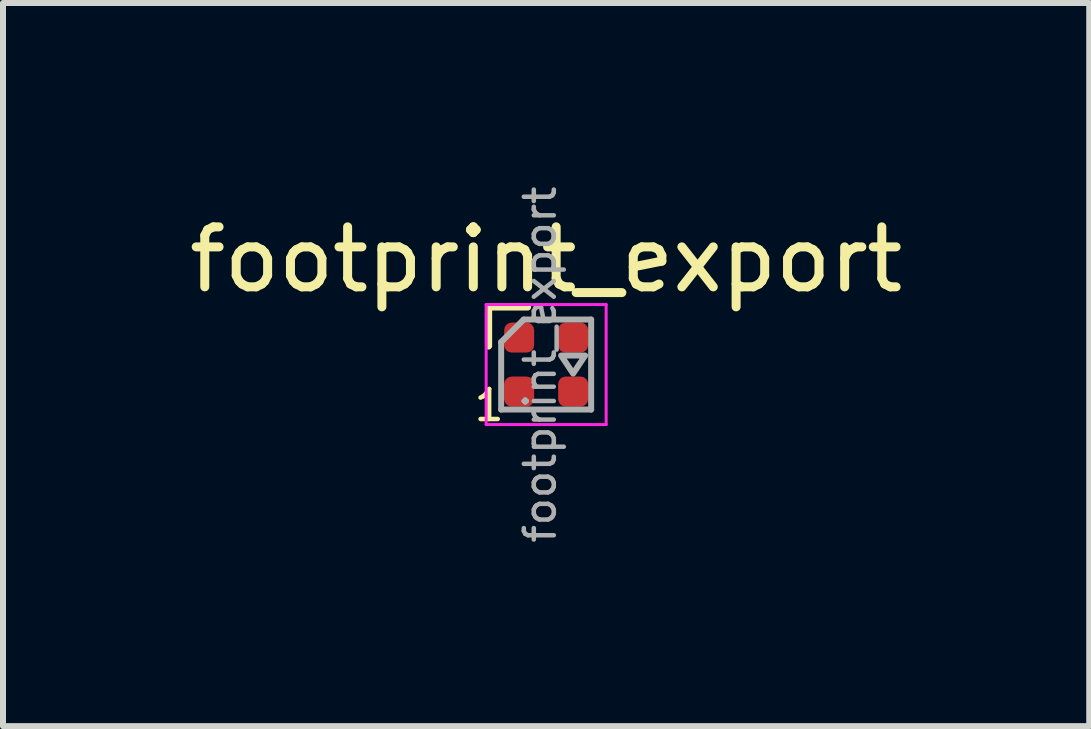
<source format=kicad_pcb>
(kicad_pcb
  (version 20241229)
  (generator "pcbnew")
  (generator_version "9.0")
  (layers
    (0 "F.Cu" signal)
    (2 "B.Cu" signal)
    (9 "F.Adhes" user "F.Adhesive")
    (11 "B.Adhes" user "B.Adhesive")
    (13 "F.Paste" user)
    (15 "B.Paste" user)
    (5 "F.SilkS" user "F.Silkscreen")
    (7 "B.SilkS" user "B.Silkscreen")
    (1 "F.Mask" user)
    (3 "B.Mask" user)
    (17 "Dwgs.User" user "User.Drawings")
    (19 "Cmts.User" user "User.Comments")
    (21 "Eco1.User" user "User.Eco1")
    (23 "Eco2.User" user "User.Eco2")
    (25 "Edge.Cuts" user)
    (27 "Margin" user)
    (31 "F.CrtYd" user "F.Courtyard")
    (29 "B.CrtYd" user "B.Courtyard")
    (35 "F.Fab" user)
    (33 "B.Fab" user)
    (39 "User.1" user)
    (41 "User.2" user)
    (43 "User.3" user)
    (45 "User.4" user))
  (footprint "footprint_export"
    (layer "F.Cu")
    (at 6.054 3.027)
    (property "Reference" "footprint_export" (at 0 -1.75 0) (layer "F.SilkS") (effects (font (size 1 1) (thickness 0.15))))
    (attr smd)
    (fp_line (start -0.96 -0.96) (end -0.96 -0.31) (stroke (width 0.12) (type solid)) (layer "F.SilkS"))
    (fp_line (start -0.31 -0.96) (end -0.96 -0.96) (stroke (width 0.12) (type solid)) (layer "F.SilkS"))
    (fp_line (start -1 -1) (end 1 -1) (stroke (width 0.05) (type solid)) (layer "F.CrtYd"))
    (fp_line (start -1 1) (end -1 -1) (stroke (width 0.05) (type solid)) (layer "F.CrtYd"))
    (fp_line (start 1 -1) (end 1 1) (stroke (width 0.05) (type solid)) (layer "F.CrtYd"))
    (fp_line (start 1 1) (end -1 1) (stroke (width 0.05) (type solid)) (layer "F.CrtYd"))
    (fp_line (start -0.75 -0.375) (end -0.375 -0.75) (stroke (width 0.1) (type solid)) (layer "F.Fab"))
    (fp_line (start -0.75 0.75) (end -0.75 -0.375) (stroke (width 0.1) (type solid)) (layer "F.Fab"))
    (fp_line (start -0.375 -0.75) (end 0.75 -0.75) (stroke (width 0.1) (type solid)) (layer "F.Fab"))
    (fp_line (start 0.75 -0.75) (end 0.75 0.75) (stroke (width 0.1) (type solid)) (layer "F.Fab"))
    (fp_line (start 0.75 0.75) (end -0.75 0.75) (stroke (width 0.1) (type solid)) (layer "F.Fab"))
    (fp_poly (pts (xy 0.25 -0.15) (xy 0.45 0.15) (xy 0.65 -0.15)) (stroke (width 0.1) (type solid)) (fill no) (layer "F.Fab"))
    (fp_text user "1" (at -0.95 0.68 180) (layer "F.SilkS") (effects (font (size 0.5 0.5) (thickness 0.075))))
    (fp_text user "${REFERENCE}" (at -0.1 0 90) (layer "F.Fab") (effects (font (size 0.5 0.5) (thickness 0.075))))
    (pad "1" smd roundrect (at -0.45 0.45 90) (size 0.5 0.5) (layers "F.Cu" "F.Mask" "F.Paste") (roundrect_rratio 0.25))
    (pad "2" smd roundrect (at 0.45 0.45 90) (size 0.5 0.5) (layers "F.Cu" "F.Mask" "F.Paste") (roundrect_rratio 0.25))
    (pad "3" smd roundrect (at 0.45 -0.45 90) (size 0.5 0.5) (layers "F.Cu" "F.Mask" "F.Paste") (roundrect_rratio 0.25))
    (pad "4" smd roundrect (at -0.45 -0.45 90) (size 0.5 0.5) (layers "F.Cu" "F.Mask" "F.Paste") (roundrect_rratio 0.25)))
  (gr_rect
    (start -3 -3)
    (end 15.107 9.054)
    (stroke (width 0.1) (type default))
    (fill no)
    (layer "Edge.Cuts")))
</source>
